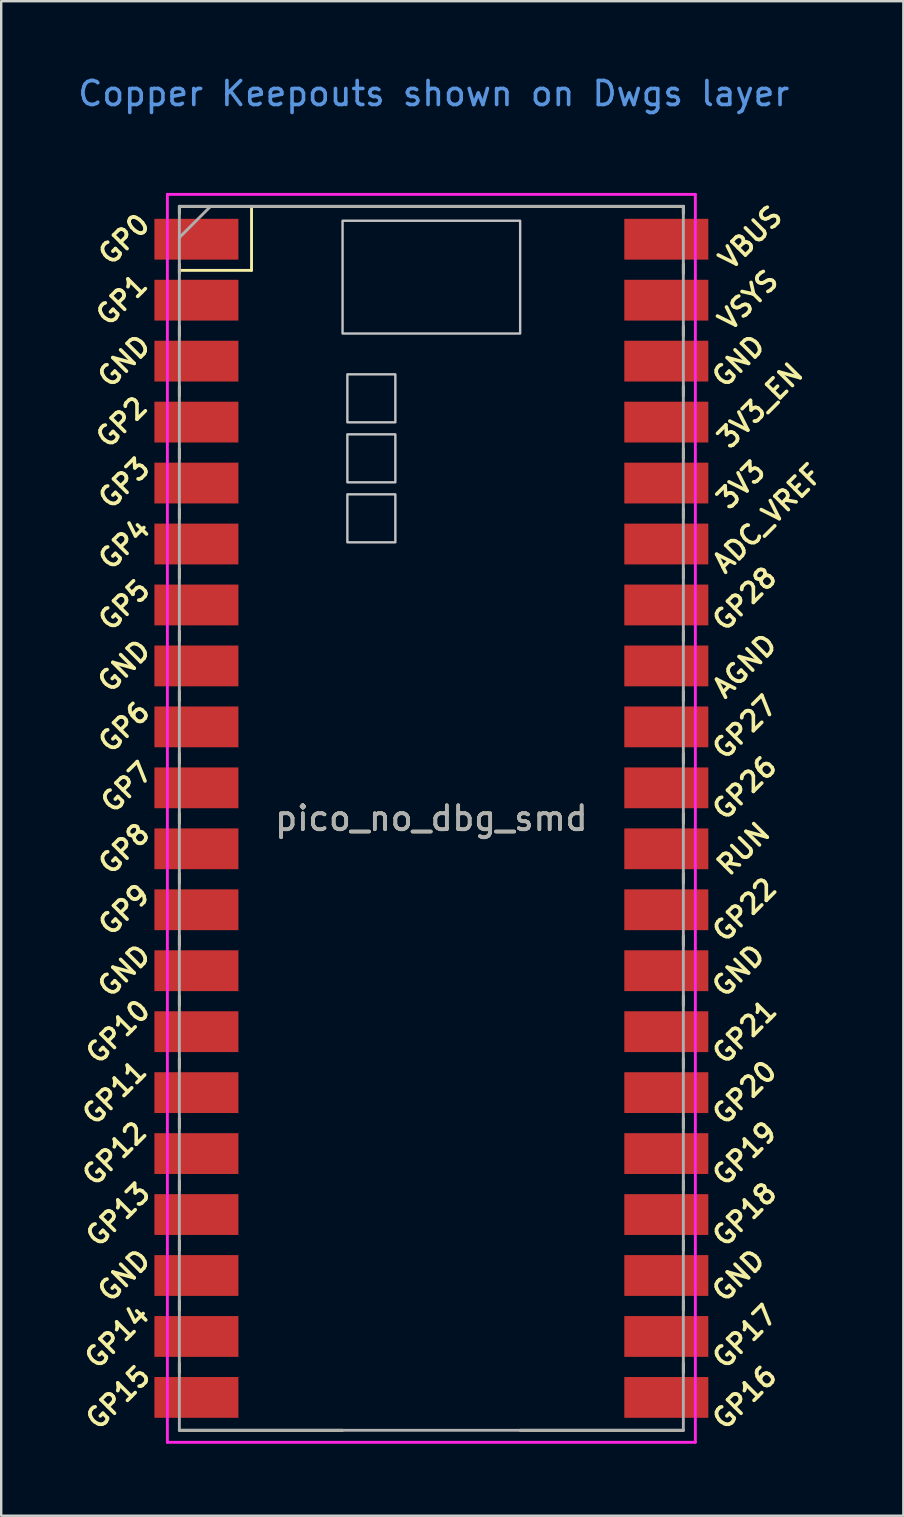
<source format=kicad_pcb>
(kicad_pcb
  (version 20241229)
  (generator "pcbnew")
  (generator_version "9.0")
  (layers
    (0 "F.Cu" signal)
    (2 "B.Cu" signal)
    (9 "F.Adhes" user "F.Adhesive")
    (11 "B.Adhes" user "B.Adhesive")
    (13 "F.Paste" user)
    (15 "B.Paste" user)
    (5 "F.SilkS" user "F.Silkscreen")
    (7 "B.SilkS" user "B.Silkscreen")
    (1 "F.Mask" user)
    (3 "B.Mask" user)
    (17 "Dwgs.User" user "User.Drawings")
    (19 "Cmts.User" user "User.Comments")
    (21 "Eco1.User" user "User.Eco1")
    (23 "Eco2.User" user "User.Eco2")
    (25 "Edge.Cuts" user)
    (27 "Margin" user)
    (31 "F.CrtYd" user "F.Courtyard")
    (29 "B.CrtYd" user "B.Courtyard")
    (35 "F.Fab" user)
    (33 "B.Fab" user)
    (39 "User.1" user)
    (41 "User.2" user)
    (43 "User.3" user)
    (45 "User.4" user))
  (footprint "pico_no_dbg_smd"
    (layer "F.Cu")
    (at 14.924 31.048)
    (property "Reference" "pico_no_dbg_smd" (at 0 0 0) (layer "F.SilkS") (effects (font (size 1 1) (thickness 0.15))))
    (attr smd)
    (fp_line (start -10.5 -25.5) (end -10.5 -25.2) (stroke (width 0.12) (type solid)) (layer "F.SilkS"))
    (fp_line (start -10.5 -25.5) (end 10.5 -25.5) (stroke (width 0.12) (type solid)) (layer "F.SilkS"))
    (fp_line (start -10.5 -23.1) (end -10.5 -22.7) (stroke (width 0.12) (type solid)) (layer "F.SilkS"))
    (fp_line (start -10.5 -22.833) (end -7.493 -22.833) (stroke (width 0.12) (type solid)) (layer "F.SilkS"))
    (fp_line (start -10.5 -20.5) (end -10.5 -20.1) (stroke (width 0.12) (type solid)) (layer "F.SilkS"))
    (fp_line (start -10.5 -18) (end -10.5 -17.6) (stroke (width 0.12) (type solid)) (layer "F.SilkS"))
    (fp_line (start -10.5 -15.4) (end -10.5 -15) (stroke (width 0.12) (type solid)) (layer "F.SilkS"))
    (fp_line (start -10.5 -12.9) (end -10.5 -12.5) (stroke (width 0.12) (type solid)) (layer "F.SilkS"))
    (fp_line (start -10.5 -10.4) (end -10.5 -10) (stroke (width 0.12) (type solid)) (layer "F.SilkS"))
    (fp_line (start -10.5 -7.8) (end -10.5 -7.4) (stroke (width 0.12) (type solid)) (layer "F.SilkS"))
    (fp_line (start -10.5 -5.3) (end -10.5 -4.9) (stroke (width 0.12) (type solid)) (layer "F.SilkS"))
    (fp_line (start -10.5 -2.7) (end -10.5 -2.3) (stroke (width 0.12) (type solid)) (layer "F.SilkS"))
    (fp_line (start -10.5 -0.2) (end -10.5 0.2) (stroke (width 0.12) (type solid)) (layer "F.SilkS"))
    (fp_line (start -10.5 2.3) (end -10.5 2.7) (stroke (width 0.12) (type solid)) (layer "F.SilkS"))
    (fp_line (start -10.5 4.9) (end -10.5 5.3) (stroke (width 0.12) (type solid)) (layer "F.SilkS"))
    (fp_line (start -10.5 7.4) (end -10.5 7.8) (stroke (width 0.12) (type solid)) (layer "F.SilkS"))
    (fp_line (start -10.5 10) (end -10.5 10.4) (stroke (width 0.12) (type solid)) (layer "F.SilkS"))
    (fp_line (start -10.5 12.5) (end -10.5 12.9) (stroke (width 0.12) (type solid)) (layer "F.SilkS"))
    (fp_line (start -10.5 15.1) (end -10.5 15.5) (stroke (width 0.12) (type solid)) (layer "F.SilkS"))
    (fp_line (start -10.5 17.6) (end -10.5 18) (stroke (width 0.12) (type solid)) (layer "F.SilkS"))
    (fp_line (start -10.5 20.1) (end -10.5 20.5) (stroke (width 0.12) (type solid)) (layer "F.SilkS"))
    (fp_line (start -10.5 22.7) (end -10.5 23.1) (stroke (width 0.12) (type solid)) (layer "F.SilkS"))
    (fp_line (start -7.493 -22.833) (end -7.493 -25.5) (stroke (width 0.12) (type solid)) (layer "F.SilkS"))
    (fp_line (start -3.7 25.5) (end -10.5 25.5) (stroke (width 0.12) (type solid)) (layer "F.SilkS"))
    (fp_line (start 10.5 -25.5) (end 10.5 -25.2) (stroke (width 0.12) (type solid)) (layer "F.SilkS"))
    (fp_line (start 10.5 -23.1) (end 10.5 -22.7) (stroke (width 0.12) (type solid)) (layer "F.SilkS"))
    (fp_line (start 10.5 -20.5) (end 10.5 -20.1) (stroke (width 0.12) (type solid)) (layer "F.SilkS"))
    (fp_line (start 10.5 -18) (end 10.5 -17.6) (stroke (width 0.12) (type solid)) (layer "F.SilkS"))
    (fp_line (start 10.5 -15.4) (end 10.5 -15) (stroke (width 0.12) (type solid)) (layer "F.SilkS"))
    (fp_line (start 10.5 -12.9) (end 10.5 -12.5) (stroke (width 0.12) (type solid)) (layer "F.SilkS"))
    (fp_line (start 10.5 -10.4) (end 10.5 -10) (stroke (width 0.12) (type solid)) (layer "F.SilkS"))
    (fp_line (start 10.5 -7.8) (end 10.5 -7.4) (stroke (width 0.12) (type solid)) (layer "F.SilkS"))
    (fp_line (start 10.5 -5.3) (end 10.5 -4.9) (stroke (width 0.12) (type solid)) (layer "F.SilkS"))
    (fp_line (start 10.5 -2.7) (end 10.5 -2.3) (stroke (width 0.12) (type solid)) (layer "F.SilkS"))
    (fp_line (start 10.5 -0.2) (end 10.5 0.2) (stroke (width 0.12) (type solid)) (layer "F.SilkS"))
    (fp_line (start 10.5 2.3) (end 10.5 2.7) (stroke (width 0.12) (type solid)) (layer "F.SilkS"))
    (fp_line (start 10.5 4.9) (end 10.5 5.3) (stroke (width 0.12) (type solid)) (layer "F.SilkS"))
    (fp_line (start 10.5 7.4) (end 10.5 7.8) (stroke (width 0.12) (type solid)) (layer "F.SilkS"))
    (fp_line (start 10.5 10) (end 10.5 10.4) (stroke (width 0.12) (type solid)) (layer "F.SilkS"))
    (fp_line (start 10.5 12.5) (end 10.5 12.9) (stroke (width 0.12) (type solid)) (layer "F.SilkS"))
    (fp_line (start 10.5 15.1) (end 10.5 15.5) (stroke (width 0.12) (type solid)) (layer "F.SilkS"))
    (fp_line (start 10.5 17.6) (end 10.5 18) (stroke (width 0.12) (type solid)) (layer "F.SilkS"))
    (fp_line (start 10.5 20.1) (end 10.5 20.5) (stroke (width 0.12) (type solid)) (layer "F.SilkS"))
    (fp_line (start 10.5 22.7) (end 10.5 23.1) (stroke (width 0.12) (type solid)) (layer "F.SilkS"))
    (fp_line (start 10.5 25.5) (end 3.7 25.5) (stroke (width 0.12) (type solid)) (layer "F.SilkS"))
    (fp_poly (pts (xy -1.5 -16.5) (xy -3.5 -16.5) (xy -3.5 -18.5) (xy -1.5 -18.5)) (stroke (width 0.1) (type solid)) (fill no) (layer "Dwgs.User"))
    (fp_poly (pts (xy -1.5 -14) (xy -3.5 -14) (xy -3.5 -16) (xy -1.5 -16)) (stroke (width 0.1) (type solid)) (fill no) (layer "Dwgs.User"))
    (fp_poly (pts (xy -1.5 -11.5) (xy -3.5 -11.5) (xy -3.5 -13.5) (xy -1.5 -13.5)) (stroke (width 0.1) (type solid)) (fill no) (layer "Dwgs.User"))
    (fp_poly (pts (xy 3.7 -20.2) (xy -3.7 -20.2) (xy -3.7 -24.9) (xy 3.7 -24.9)) (stroke (width 0.1) (type solid)) (fill no) (layer "Dwgs.User"))
    (fp_line (start -11 -26) (end 11 -26) (stroke (width 0.12) (type solid)) (layer "F.CrtYd"))
    (fp_line (start -11 26) (end -11 -26) (stroke (width 0.12) (type solid)) (layer "F.CrtYd"))
    (fp_line (start 11 -26) (end 11 26) (stroke (width 0.12) (type solid)) (layer "F.CrtYd"))
    (fp_line (start 11 26) (end -11 26) (stroke (width 0.12) (type solid)) (layer "F.CrtYd"))
    (fp_line (start -10.5 -25.5) (end 10.5 -25.5) (stroke (width 0.12) (type solid)) (layer "F.Fab"))
    (fp_line (start -10.5 -24.2) (end -9.2 -25.5) (stroke (width 0.12) (type solid)) (layer "F.Fab"))
    (fp_line (start -10.5 25.5) (end -10.5 -25.5) (stroke (width 0.12) (type solid)) (layer "F.Fab"))
    (fp_line (start 10.5 -25.5) (end 10.5 25.5) (stroke (width 0.12) (type solid)) (layer "F.Fab"))
    (fp_line (start 10.5 25.5) (end -10.5 25.5) (stroke (width 0.12) (type solid)) (layer "F.Fab"))
    (fp_text user "GP16" (at 13.054 24.13 45) (layer "F.SilkS") (effects (font (size 0.8 0.8) (thickness 0.15))))
    (fp_text user "3V3" (at 12.9 -13.9 45) (layer "F.SilkS") (effects (font (size 0.8 0.8) (thickness 0.15))))
    (fp_text user "GND" (at -12.8 -19.05 45) (layer "F.SilkS") (effects (font (size 0.8 0.8) (thickness 0.15))))
    (fp_text user "GP10" (at -13.054 8.89 45) (layer "F.SilkS") (effects (font (size 0.8 0.8) (thickness 0.15))))
    (fp_text user "GP8" (at -12.8 1.27 45) (layer "F.SilkS") (effects (font (size 0.8 0.8) (thickness 0.15))))
    (fp_text user "GP20" (at 13.054 11.43 45) (layer "F.SilkS") (effects (font (size 0.8 0.8) (thickness 0.15))))
    (fp_text user "GP4" (at -12.8 -11.43 45) (layer "F.SilkS") (effects (font (size 0.8 0.8) (thickness 0.15))))
    (fp_text user "VBUS" (at 13.3 -24.2 45) (layer "F.SilkS") (effects (font (size 0.8 0.8) (thickness 0.15))))
    (fp_text user "GP1" (at -12.9 -21.6 45) (layer "F.SilkS") (effects (font (size 0.8 0.8) (thickness 0.15))))
    (fp_text user "GP28" (at 13.054 -9.144 45) (layer "F.SilkS") (effects (font (size 0.8 0.8) (thickness 0.15))))
    (fp_text user "GP22" (at 13.054 3.81 45) (layer "F.SilkS") (effects (font (size 0.8 0.8) (thickness 0.15))))
    (fp_text user "3V3_EN" (at 13.7 -17.2 45) (layer "F.SilkS") (effects (font (size 0.8 0.8) (thickness 0.15))))
    (fp_text user "GP26" (at 13.054 -1.27 45) (layer "F.SilkS") (effects (font (size 0.8 0.8) (thickness 0.15))))
    (fp_text user "GP27" (at 13.054 -3.8 45) (layer "F.SilkS") (effects (font (size 0.8 0.8) (thickness 0.15))))
    (fp_text user "GP6" (at -12.8 -3.81 45) (layer "F.SilkS") (effects (font (size 0.8 0.8) (thickness 0.15))))
    (fp_text user "GP5" (at -12.8 -8.89 45) (layer "F.SilkS") (effects (font (size 0.8 0.8) (thickness 0.15))))
    (fp_text user "GND" (at -12.8 6.35 45) (layer "F.SilkS") (effects (font (size 0.8 0.8) (thickness 0.15))))
    (fp_text user "GP2" (at -12.9 -16.51 45) (layer "F.SilkS") (effects (font (size 0.8 0.8) (thickness 0.15))))
    (fp_text user "GP15" (at -13.054 24.13 45) (layer "F.SilkS") (effects (font (size 0.8 0.8) (thickness 0.15))))
    (fp_text user "GP13" (at -13.054 16.51 45) (layer "F.SilkS") (effects (font (size 0.8 0.8) (thickness 0.15))))
    (fp_text user "RUN" (at 13 1.27 45) (layer "F.SilkS") (effects (font (size 0.8 0.8) (thickness 0.15))))
    (fp_text user "GND" (at 12.8 19.05 45) (layer "F.SilkS") (effects (font (size 0.8 0.8) (thickness 0.15))))
    (fp_text user "VSYS" (at 13.2 -21.59 45) (layer "F.SilkS") (effects (font (size 0.8 0.8) (thickness 0.15))))
    (fp_text user "GP21" (at 13.054 8.9 45) (layer "F.SilkS") (effects (font (size 0.8 0.8) (thickness 0.15))))
    (fp_text user "GP3" (at -12.8 -13.97 45) (layer "F.SilkS") (effects (font (size 0.8 0.8) (thickness 0.15))))
    (fp_text user "GP0" (at -12.8 -24.13 45) (layer "F.SilkS") (effects (font (size 0.8 0.8) (thickness 0.15))))
    (fp_text user "GND" (at 12.8 -19.05 45) (layer "F.SilkS") (effects (font (size 0.8 0.8) (thickness 0.15))))
    (fp_text user "GND" (at -12.8 19.05 45) (layer "F.SilkS") (effects (font (size 0.8 0.8) (thickness 0.15))))
    (fp_text user "GP18" (at 13.054 16.51 45) (layer "F.SilkS") (effects (font (size 0.8 0.8) (thickness 0.15))))
    (fp_text user "ADC_VREF" (at 14 -12.5 45) (layer "F.SilkS") (effects (font (size 0.8 0.8) (thickness 0.15))))
    (fp_text user "AGND" (at 13.054 -6.35 45) (layer "F.SilkS") (effects (font (size 0.8 0.8) (thickness 0.15))))
    (fp_text user "GP19" (at 13.054 13.97 45) (layer "F.SilkS") (effects (font (size 0.8 0.8) (thickness 0.15))))
    (fp_text user "GP14" (at -13.1 21.59 45) (layer "F.SilkS") (effects (font (size 0.8 0.8) (thickness 0.15))))
    (fp_text user "GP7" (at -12.7 -1.3 45) (layer "F.SilkS") (effects (font (size 0.8 0.8) (thickness 0.15))))
    (fp_text user "GND" (at 12.8 6.35 45) (layer "F.SilkS") (effects (font (size 0.8 0.8) (thickness 0.15))))
    (fp_text user "GP12" (at -13.2 13.97 45) (layer "F.SilkS") (effects (font (size 0.8 0.8) (thickness 0.15))))
    (fp_text user "GP9" (at -12.8 3.81 45) (layer "F.SilkS") (effects (font (size 0.8 0.8) (thickness 0.15))))
    (fp_text user "GP17" (at 13.054 21.59 45) (layer "F.SilkS") (effects (font (size 0.8 0.8) (thickness 0.15))))
    (fp_text user "GP11" (at -13.2 11.43 45) (layer "F.SilkS") (effects (font (size 0.8 0.8) (thickness 0.15))))
    (fp_text user "GND" (at -12.8 -6.35 45) (layer "F.SilkS") (effects (font (size 0.8 0.8) (thickness 0.15))))
    (fp_text user "Copper Keepouts shown on Dwgs layer" (at 0.1 -30.2 0) (layer "Cmts.User") (effects (font (size 1 1) (thickness 0.15))))
    (fp_text user "${REFERENCE}" (at 0 0 180) (layer "F.Fab") (effects (font (size 1 1) (thickness 0.15))))
    (pad "1" smd rect (at -8.89 -24.13) (size 3.5 1.7) (drill (offset -0.9 0)) (layers "F.Cu" "F.Mask"))
    (pad "2" smd rect (at -8.89 -21.59) (size 3.5 1.7) (drill (offset -0.9 0)) (layers "F.Cu" "F.Mask"))
    (pad "3" smd rect (at -8.89 -19.05) (size 3.5 1.7) (drill (offset -0.9 0)) (layers "F.Cu" "F.Mask"))
    (pad "4" smd rect (at -8.89 -16.51) (size 3.5 1.7) (drill (offset -0.9 0)) (layers "F.Cu" "F.Mask"))
    (pad "5" smd rect (at -8.89 -13.97) (size 3.5 1.7) (drill (offset -0.9 0)) (layers "F.Cu" "F.Mask"))
    (pad "6" smd rect (at -8.89 -11.43) (size 3.5 1.7) (drill (offset -0.9 0)) (layers "F.Cu" "F.Mask"))
    (pad "7" smd rect (at -8.89 -8.89) (size 3.5 1.7) (drill (offset -0.9 0)) (layers "F.Cu" "F.Mask"))
    (pad "8" smd rect (at -8.89 -6.35) (size 3.5 1.7) (drill (offset -0.9 0)) (layers "F.Cu" "F.Mask"))
    (pad "9" smd rect (at -8.89 -3.81) (size 3.5 1.7) (drill (offset -0.9 0)) (layers "F.Cu" "F.Mask"))
    (pad "10" smd rect (at -8.89 -1.27) (size 3.5 1.7) (drill (offset -0.9 0)) (layers "F.Cu" "F.Mask"))
    (pad "11" smd rect (at -8.89 1.27) (size 3.5 1.7) (drill (offset -0.9 0)) (layers "F.Cu" "F.Mask"))
    (pad "12" smd rect (at -8.89 3.81) (size 3.5 1.7) (drill (offset -0.9 0)) (layers "F.Cu" "F.Mask"))
    (pad "13" smd rect (at -8.89 6.35) (size 3.5 1.7) (drill (offset -0.9 0)) (layers "F.Cu" "F.Mask"))
    (pad "14" smd rect (at -8.89 8.89) (size 3.5 1.7) (drill (offset -0.9 0)) (layers "F.Cu" "F.Mask"))
    (pad "15" smd rect (at -8.89 11.43) (size 3.5 1.7) (drill (offset -0.9 0)) (layers "F.Cu" "F.Mask"))
    (pad "16" smd rect (at -8.89 13.97) (size 3.5 1.7) (drill (offset -0.9 0)) (layers "F.Cu" "F.Mask"))
    (pad "17" smd rect (at -8.89 16.51) (size 3.5 1.7) (drill (offset -0.9 0)) (layers "F.Cu" "F.Mask"))
    (pad "18" smd rect (at -8.89 19.05) (size 3.5 1.7) (drill (offset -0.9 0)) (layers "F.Cu" "F.Mask"))
    (pad "19" smd rect (at -8.89 21.59) (size 3.5 1.7) (drill (offset -0.9 0)) (layers "F.Cu" "F.Mask"))
    (pad "20" smd rect (at -8.89 24.13) (size 3.5 1.7) (drill (offset -0.9 0)) (layers "F.Cu" "F.Mask"))
    (pad "21" smd rect (at 8.89 24.13) (size 3.5 1.7) (drill (offset 0.9 0)) (layers "F.Cu" "F.Mask"))
    (pad "22" smd rect (at 8.89 21.59) (size 3.5 1.7) (drill (offset 0.9 0)) (layers "F.Cu" "F.Mask"))
    (pad "23" smd rect (at 8.89 19.05) (size 3.5 1.7) (drill (offset 0.9 0)) (layers "F.Cu" "F.Mask"))
    (pad "24" smd rect (at 8.89 16.51) (size 3.5 1.7) (drill (offset 0.9 0)) (layers "F.Cu" "F.Mask"))
    (pad "25" smd rect (at 8.89 13.97) (size 3.5 1.7) (drill (offset 0.9 0)) (layers "F.Cu" "F.Mask"))
    (pad "26" smd rect (at 8.89 11.43) (size 3.5 1.7) (drill (offset 0.9 0)) (layers "F.Cu" "F.Mask"))
    (pad "27" smd rect (at 8.89 8.89) (size 3.5 1.7) (drill (offset 0.9 0)) (layers "F.Cu" "F.Mask"))
    (pad "28" smd rect (at 8.89 6.35) (size 3.5 1.7) (drill (offset 0.9 0)) (layers "F.Cu" "F.Mask"))
    (pad "29" smd rect (at 8.89 3.81) (size 3.5 1.7) (drill (offset 0.9 0)) (layers "F.Cu" "F.Mask"))
    (pad "30" smd rect (at 8.89 1.27) (size 3.5 1.7) (drill (offset 0.9 0)) (layers "F.Cu" "F.Mask"))
    (pad "31" smd rect (at 8.89 -1.27) (size 3.5 1.7) (drill (offset 0.9 0)) (layers "F.Cu" "F.Mask"))
    (pad "32" smd rect (at 8.89 -3.81) (size 3.5 1.7) (drill (offset 0.9 0)) (layers "F.Cu" "F.Mask"))
    (pad "33" smd rect (at 8.89 -6.35) (size 3.5 1.7) (drill (offset 0.9 0)) (layers "F.Cu" "F.Mask"))
    (pad "34" smd rect (at 8.89 -8.89) (size 3.5 1.7) (drill (offset 0.9 0)) (layers "F.Cu" "F.Mask"))
    (pad "35" smd rect (at 8.89 -11.43) (size 3.5 1.7) (drill (offset 0.9 0)) (layers "F.Cu" "F.Mask"))
    (pad "36" smd rect (at 8.89 -13.97) (size 3.5 1.7) (drill (offset 0.9 0)) (layers "F.Cu" "F.Mask"))
    (pad "37" smd rect (at 8.89 -16.51) (size 3.5 1.7) (drill (offset 0.9 0)) (layers "F.Cu" "F.Mask"))
    (pad "38" smd rect (at 8.89 -19.05) (size 3.5 1.7) (drill (offset 0.9 0)) (layers "F.Cu" "F.Mask"))
    (pad "39" smd rect (at 8.89 -21.59) (size 3.5 1.7) (drill (offset 0.9 0)) (layers "F.Cu" "F.Mask"))
    (pad "40" smd rect (at 8.89 -24.13) (size 3.5 1.7) (drill (offset 0.9 0)) (layers "F.Cu" "F.Mask")))
  (gr_rect
    (start -3 -3)
    (end 34.591 60.108)
    (stroke (width 0.1) (type default))
    (fill no)
    (layer "Edge.Cuts")))
</source>
